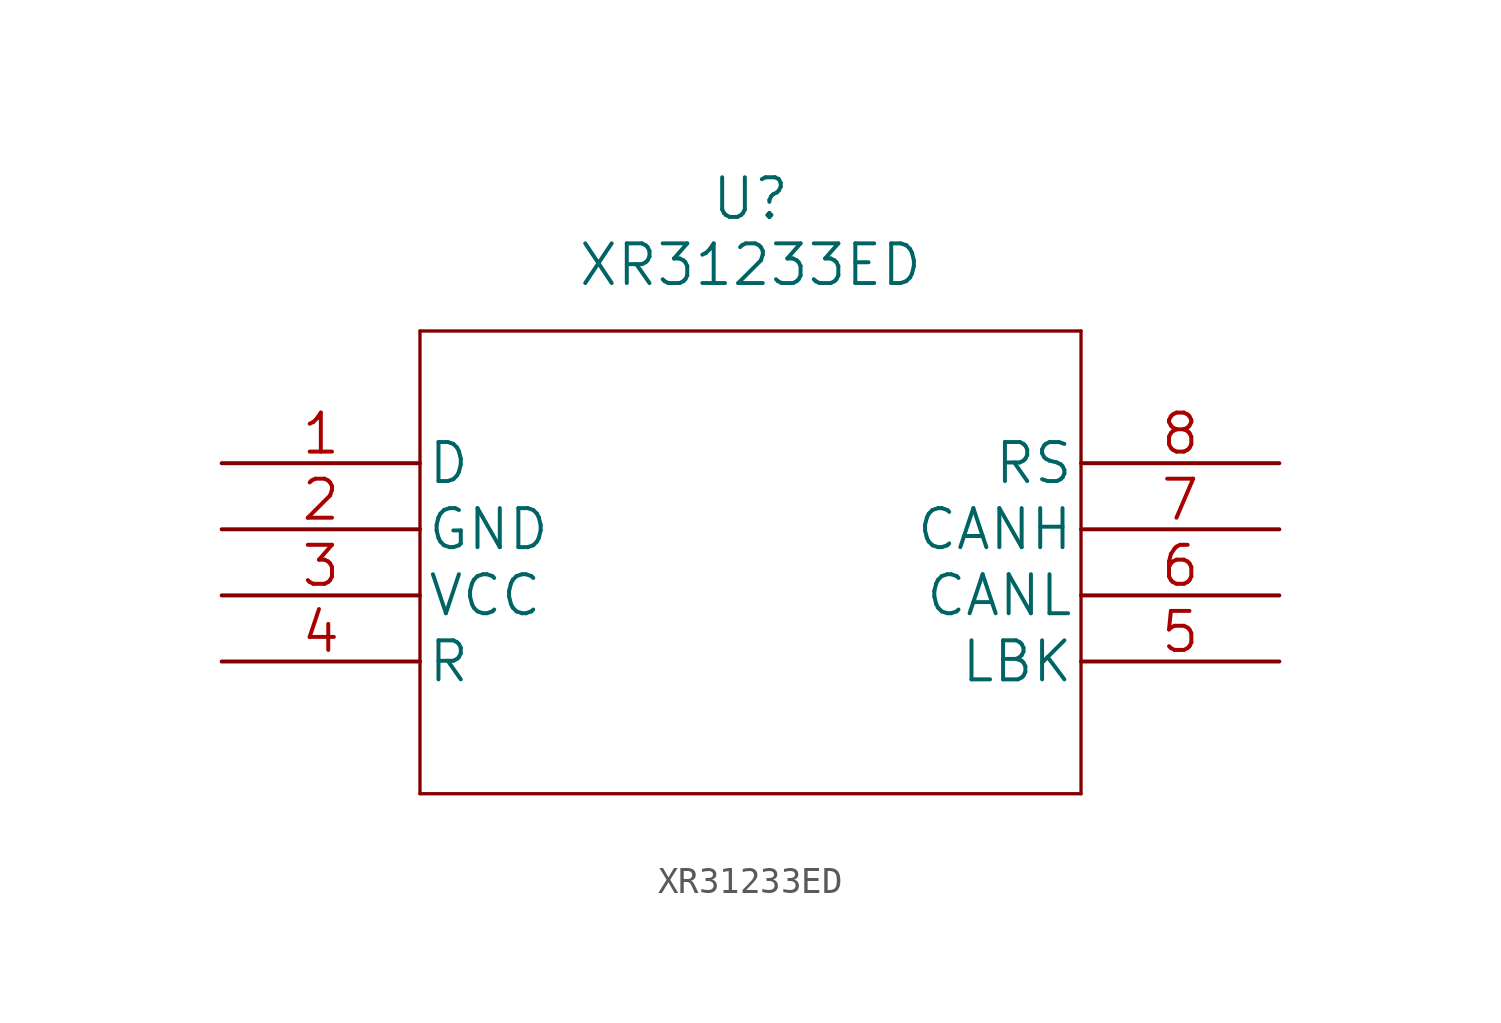
<source format=kicad_sym>
(kicad_symbol_lib
  (version 20211014)
  (generator kicad_symbol_editor)
  (symbol "XR31233ED"
    (pin_names
      (offset 0.254))
    (property "Reference" "U"
      (at 20.32 10.16 0)
      (effects (font (size 1.524 1.524))))
    (property "Value" "XR31233ED"
      (at 20.32 7.62 0)
      (effects (font (size 1.524 1.524))))
    (property "Datasheet" ""
      (at 0 0 0)
      (effects (font (size 1.524 1.524))))
    (property "ki_locked" ""
      (at 0 0 0)
      (effects (font (size 1.27 1.27))))
    (symbol "XR31233ED_1_1"
      (polyline (pts (xy 7.62 -12.7) (xy 33.02 -12.7)) (stroke (width 0.127) (type default) (color 0 0 0 0)) (fill (type none)))
      (polyline (pts (xy 7.62 5.08) (xy 7.62 -12.7)) (stroke (width 0.127) (type default) (color 0 0 0 0)) (fill (type none)))
      (polyline (pts (xy 33.02 -12.7) (xy 33.02 5.08)) (stroke (width 0.127) (type default) (color 0 0 0 0)) (fill (type none)))
      (polyline (pts (xy 33.02 5.08) (xy 7.62 5.08)) (stroke (width 0.127) (type default) (color 0 0 0 0)) (fill (type none)))
      (pin input line (at 0 0 0) (length 7.62) (name "D" (effects (font (size 1.499 1.499)))) (number "1" (effects (font (size 1.499 1.499)))))
      (pin power_in line (at 0 -2.54 0) (length 7.62) (name "GND" (effects (font (size 1.499 1.499)))) (number "2" (effects (font (size 1.499 1.499)))))
      (pin power_in line (at 0 -5.08 0) (length 7.62) (name "VCC" (effects (font (size 1.499 1.499)))) (number "3" (effects (font (size 1.499 1.499)))))
      (pin output line (at 0 -7.62 0) (length 7.62) (name "R" (effects (font (size 1.499 1.499)))) (number "4" (effects (font (size 1.499 1.499)))))
      (pin input line (at 40.64 -7.62 180) (length 7.62) (name "LBK" (effects (font (size 1.499 1.499)))) (number "5" (effects (font (size 1.499 1.499)))))
      (pin bidirectional line (at 40.64 -5.08 180) (length 7.62) (name "CANL" (effects (font (size 1.499 1.499)))) (number "6" (effects (font (size 1.499 1.499)))))
      (pin bidirectional line (at 40.64 -2.54 180) (length 7.62) (name "CANH" (effects (font (size 1.499 1.499)))) (number "7" (effects (font (size 1.499 1.499)))))
      (pin input line (at 40.64 0 180) (length 7.62) (name "RS" (effects (font (size 1.499 1.499)))) (number "8" (effects (font (size 1.499 1.499))))))))
</source>
